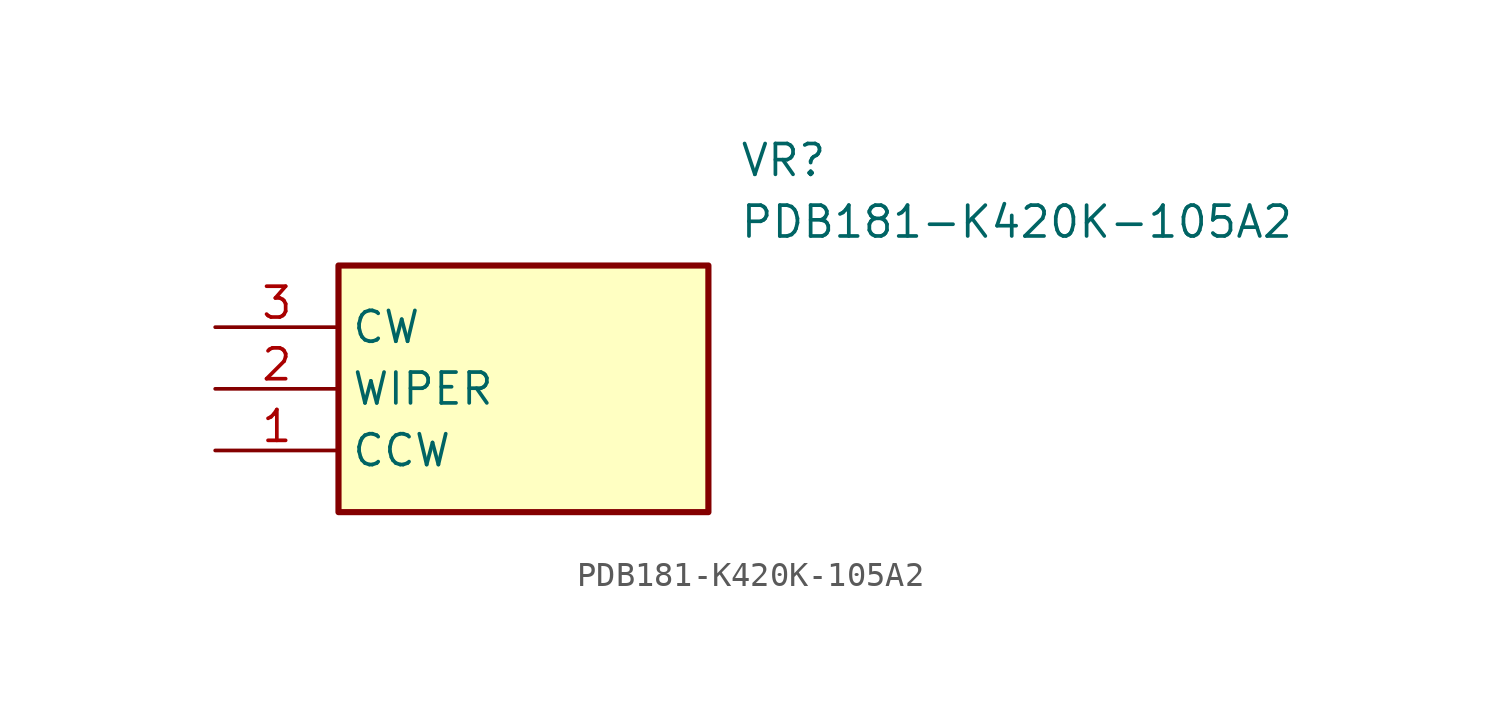
<source format=kicad_sym>
(kicad_symbol_lib
  (version 20211014)
  (generator SamacSys_ECAD_Model)
  (symbol "PDB181-K420K-105A2"
    (property "Reference" "VR"
      (at 21.59 7.62 0)
      (effects (font (size 1.27 1.27)) (justify left top)))
    (property "Value" "PDB181-K420K-105A2"
      (at 21.59 5.08 0)
      (effects (font (size 1.27 1.27)) (justify left top)))
    (rectangle
      (start 5.08 2.54)
      (end 20.32 -7.62)
      (stroke (width 0.254) (type default))
      (fill (type background)))
    (pin passive line
      (at 0 -5.08 0)
      (length 5.08)
      (name "CCW" (effects (font (size 1.27 1.27))))
      (number "1" (effects (font (size 1.27 1.27)))))
    (pin passive line
      (at 0 -2.54 0)
      (length 5.08)
      (name "WIPER" (effects (font (size 1.27 1.27))))
      (number "2" (effects (font (size 1.27 1.27)))))
    (pin passive line
      (at 0 0 0)
      (length 5.08)
      (name "CW" (effects (font (size 1.27 1.27))))
      (number "3" (effects (font (size 1.27 1.27)))))))
</source>
